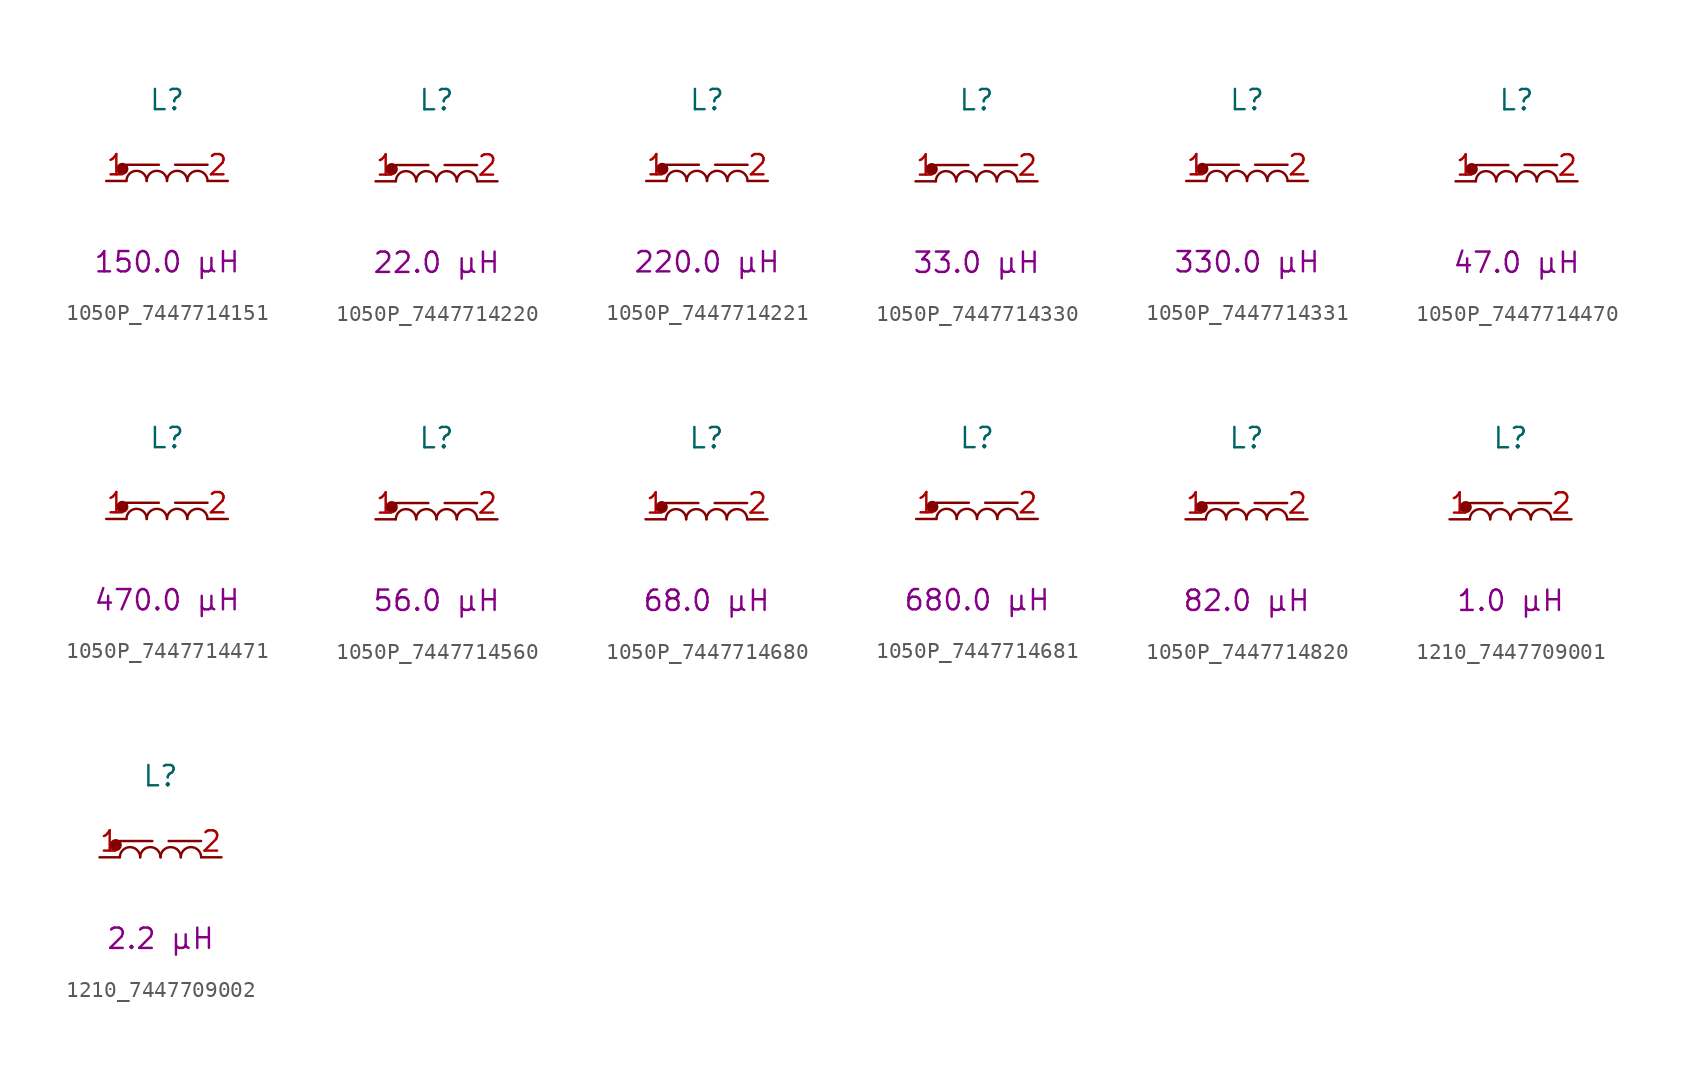
<source format=kicad_sym>
(kicad_symbol_lib
  (version 20220914)
  (generator kicad_symbol_editor)
  (symbol "1050P_7447714151"
    (pin_names hide)
    (property "Reference" "L"
      (at 0 5.08 0)
      (effects (font (size 1.27 1.27))))
    (property "Critical Parameter" "150.0 µH"
      (at 0 -5.08 0)
      (effects (font (size 1.27 1.27))))
    (symbol "1050P_7447714151_0_1"
      (arc (start -1.27 0) (mid -1.905 0.6323) (end -2.54 0) (stroke (width 0) (type default)) (fill (type none)))
      (arc (start 0 0) (mid -0.635 0.6323) (end -1.27 0) (stroke (width 0) (type default)) (fill (type none)))
      (polyline (pts (xy -2.54 1.016) (xy -0.508 1.016)) (stroke (width 0) (type default)) (fill (type none)))
      (arc (start 1.27 0) (mid 0.635 0.6323) (end 0 0) (stroke (width 0) (type default)) (fill (type none)))
      (arc (start 2.54 0) (mid 1.905 0.6323) (end 1.27 0) (stroke (width 0) (type default)) (fill (type none))))
    (symbol "1050P_7447714151_1_1"
      (circle (center -2.794 0.762) (radius 0.0001) (stroke (width 0.381) (type default)) (fill (type none)))
      (polyline (pts (xy 2.54 1.016) (xy 0.508 1.016)) (stroke (width 0) (type default)) (fill (type none)))
      (pin passive line (at -3.81 0 0) (length 1.27) (name "1" (effects (font (size 1.27 1.27)))) (number "1" (effects (font (size 1.27 1.27)))))
      (pin passive line (at 3.81 0 180) (length 1.27) (name "2" (effects (font (size 1.27 1.27)))) (number "2" (effects (font (size 1.27 1.27)))))))
  (symbol "1050P_7447714220"
    (pin_names hide)
    (property "Reference" "L"
      (at 0 5.08 0)
      (effects (font (size 1.27 1.27))))
    (property "Critical Parameter" "22.0 µH"
      (at 0 -5.08 0)
      (effects (font (size 1.27 1.27))))
    (symbol "1050P_7447714220_0_1"
      (arc (start -1.27 0) (mid -1.905 0.6323) (end -2.54 0) (stroke (width 0) (type default)) (fill (type none)))
      (arc (start 0 0) (mid -0.635 0.6323) (end -1.27 0) (stroke (width 0) (type default)) (fill (type none)))
      (polyline (pts (xy -2.54 1.016) (xy -0.508 1.016)) (stroke (width 0) (type default)) (fill (type none)))
      (arc (start 1.27 0) (mid 0.635 0.6323) (end 0 0) (stroke (width 0) (type default)) (fill (type none)))
      (arc (start 2.54 0) (mid 1.905 0.6323) (end 1.27 0) (stroke (width 0) (type default)) (fill (type none))))
    (symbol "1050P_7447714220_1_1"
      (circle (center -2.794 0.762) (radius 0.0001) (stroke (width 0.381) (type default)) (fill (type none)))
      (polyline (pts (xy 2.54 1.016) (xy 0.508 1.016)) (stroke (width 0) (type default)) (fill (type none)))
      (pin passive line (at -3.81 0 0) (length 1.27) (name "1" (effects (font (size 1.27 1.27)))) (number "1" (effects (font (size 1.27 1.27)))))
      (pin passive line (at 3.81 0 180) (length 1.27) (name "2" (effects (font (size 1.27 1.27)))) (number "2" (effects (font (size 1.27 1.27)))))))
  (symbol "1050P_7447714221"
    (pin_names hide)
    (property "Reference" "L"
      (at 0 5.08 0)
      (effects (font (size 1.27 1.27))))
    (property "Critical Parameter" "220.0 µH"
      (at 0 -5.08 0)
      (effects (font (size 1.27 1.27))))
    (symbol "1050P_7447714221_0_1"
      (arc (start -1.27 0) (mid -1.905 0.6323) (end -2.54 0) (stroke (width 0) (type default)) (fill (type none)))
      (arc (start 0 0) (mid -0.635 0.6323) (end -1.27 0) (stroke (width 0) (type default)) (fill (type none)))
      (polyline (pts (xy -2.54 1.016) (xy -0.508 1.016)) (stroke (width 0) (type default)) (fill (type none)))
      (arc (start 1.27 0) (mid 0.635 0.6323) (end 0 0) (stroke (width 0) (type default)) (fill (type none)))
      (arc (start 2.54 0) (mid 1.905 0.6323) (end 1.27 0) (stroke (width 0) (type default)) (fill (type none))))
    (symbol "1050P_7447714221_1_1"
      (circle (center -2.794 0.762) (radius 0.0001) (stroke (width 0.381) (type default)) (fill (type none)))
      (polyline (pts (xy 2.54 1.016) (xy 0.508 1.016)) (stroke (width 0) (type default)) (fill (type none)))
      (pin passive line (at -3.81 0 0) (length 1.27) (name "1" (effects (font (size 1.27 1.27)))) (number "1" (effects (font (size 1.27 1.27)))))
      (pin passive line (at 3.81 0 180) (length 1.27) (name "2" (effects (font (size 1.27 1.27)))) (number "2" (effects (font (size 1.27 1.27)))))))
  (symbol "1050P_7447714330"
    (pin_names hide)
    (property "Reference" "L"
      (at 0 5.08 0)
      (effects (font (size 1.27 1.27))))
    (property "Critical Parameter" "33.0 µH"
      (at 0 -5.08 0)
      (effects (font (size 1.27 1.27))))
    (symbol "1050P_7447714330_0_1"
      (arc (start -1.27 0) (mid -1.905 0.6323) (end -2.54 0) (stroke (width 0) (type default)) (fill (type none)))
      (arc (start 0 0) (mid -0.635 0.6323) (end -1.27 0) (stroke (width 0) (type default)) (fill (type none)))
      (polyline (pts (xy -2.54 1.016) (xy -0.508 1.016)) (stroke (width 0) (type default)) (fill (type none)))
      (arc (start 1.27 0) (mid 0.635 0.6323) (end 0 0) (stroke (width 0) (type default)) (fill (type none)))
      (arc (start 2.54 0) (mid 1.905 0.6323) (end 1.27 0) (stroke (width 0) (type default)) (fill (type none))))
    (symbol "1050P_7447714330_1_1"
      (circle (center -2.794 0.762) (radius 0.0001) (stroke (width 0.381) (type default)) (fill (type none)))
      (polyline (pts (xy 2.54 1.016) (xy 0.508 1.016)) (stroke (width 0) (type default)) (fill (type none)))
      (pin passive line (at -3.81 0 0) (length 1.27) (name "1" (effects (font (size 1.27 1.27)))) (number "1" (effects (font (size 1.27 1.27)))))
      (pin passive line (at 3.81 0 180) (length 1.27) (name "2" (effects (font (size 1.27 1.27)))) (number "2" (effects (font (size 1.27 1.27)))))))
  (symbol "1050P_7447714331"
    (pin_names hide)
    (property "Reference" "L"
      (at 0 5.08 0)
      (effects (font (size 1.27 1.27))))
    (property "Critical Parameter" "330.0 µH"
      (at 0 -5.08 0)
      (effects (font (size 1.27 1.27))))
    (symbol "1050P_7447714331_0_1"
      (arc (start -1.27 0) (mid -1.905 0.6323) (end -2.54 0) (stroke (width 0) (type default)) (fill (type none)))
      (arc (start 0 0) (mid -0.635 0.6323) (end -1.27 0) (stroke (width 0) (type default)) (fill (type none)))
      (polyline (pts (xy -2.54 1.016) (xy -0.508 1.016)) (stroke (width 0) (type default)) (fill (type none)))
      (arc (start 1.27 0) (mid 0.635 0.6323) (end 0 0) (stroke (width 0) (type default)) (fill (type none)))
      (arc (start 2.54 0) (mid 1.905 0.6323) (end 1.27 0) (stroke (width 0) (type default)) (fill (type none))))
    (symbol "1050P_7447714331_1_1"
      (circle (center -2.794 0.762) (radius 0.0001) (stroke (width 0.381) (type default)) (fill (type none)))
      (polyline (pts (xy 2.54 1.016) (xy 0.508 1.016)) (stroke (width 0) (type default)) (fill (type none)))
      (pin passive line (at -3.81 0 0) (length 1.27) (name "1" (effects (font (size 1.27 1.27)))) (number "1" (effects (font (size 1.27 1.27)))))
      (pin passive line (at 3.81 0 180) (length 1.27) (name "2" (effects (font (size 1.27 1.27)))) (number "2" (effects (font (size 1.27 1.27)))))))
  (symbol "1050P_7447714470"
    (pin_names hide)
    (property "Reference" "L"
      (at 0 5.08 0)
      (effects (font (size 1.27 1.27))))
    (property "Critical Parameter" "47.0 µH"
      (at 0 -5.08 0)
      (effects (font (size 1.27 1.27))))
    (symbol "1050P_7447714470_0_1"
      (arc (start -1.27 0) (mid -1.905 0.6323) (end -2.54 0) (stroke (width 0) (type default)) (fill (type none)))
      (arc (start 0 0) (mid -0.635 0.6323) (end -1.27 0) (stroke (width 0) (type default)) (fill (type none)))
      (polyline (pts (xy -2.54 1.016) (xy -0.508 1.016)) (stroke (width 0) (type default)) (fill (type none)))
      (arc (start 1.27 0) (mid 0.635 0.6323) (end 0 0) (stroke (width 0) (type default)) (fill (type none)))
      (arc (start 2.54 0) (mid 1.905 0.6323) (end 1.27 0) (stroke (width 0) (type default)) (fill (type none))))
    (symbol "1050P_7447714470_1_1"
      (circle (center -2.794 0.762) (radius 0.0001) (stroke (width 0.381) (type default)) (fill (type none)))
      (polyline (pts (xy 2.54 1.016) (xy 0.508 1.016)) (stroke (width 0) (type default)) (fill (type none)))
      (pin passive line (at -3.81 0 0) (length 1.27) (name "1" (effects (font (size 1.27 1.27)))) (number "1" (effects (font (size 1.27 1.27)))))
      (pin passive line (at 3.81 0 180) (length 1.27) (name "2" (effects (font (size 1.27 1.27)))) (number "2" (effects (font (size 1.27 1.27)))))))
  (symbol "1050P_7447714471"
    (pin_names hide)
    (property "Reference" "L"
      (at 0 5.08 0)
      (effects (font (size 1.27 1.27))))
    (property "Critical Parameter" "470.0 µH"
      (at 0 -5.08 0)
      (effects (font (size 1.27 1.27))))
    (symbol "1050P_7447714471_0_1"
      (arc (start -1.27 0) (mid -1.905 0.6323) (end -2.54 0) (stroke (width 0) (type default)) (fill (type none)))
      (arc (start 0 0) (mid -0.635 0.6323) (end -1.27 0) (stroke (width 0) (type default)) (fill (type none)))
      (polyline (pts (xy -2.54 1.016) (xy -0.508 1.016)) (stroke (width 0) (type default)) (fill (type none)))
      (arc (start 1.27 0) (mid 0.635 0.6323) (end 0 0) (stroke (width 0) (type default)) (fill (type none)))
      (arc (start 2.54 0) (mid 1.905 0.6323) (end 1.27 0) (stroke (width 0) (type default)) (fill (type none))))
    (symbol "1050P_7447714471_1_1"
      (circle (center -2.794 0.762) (radius 0.0001) (stroke (width 0.381) (type default)) (fill (type none)))
      (polyline (pts (xy 2.54 1.016) (xy 0.508 1.016)) (stroke (width 0) (type default)) (fill (type none)))
      (pin passive line (at -3.81 0 0) (length 1.27) (name "1" (effects (font (size 1.27 1.27)))) (number "1" (effects (font (size 1.27 1.27)))))
      (pin passive line (at 3.81 0 180) (length 1.27) (name "2" (effects (font (size 1.27 1.27)))) (number "2" (effects (font (size 1.27 1.27)))))))
  (symbol "1050P_7447714560"
    (pin_names hide)
    (property "Reference" "L"
      (at 0 5.08 0)
      (effects (font (size 1.27 1.27))))
    (property "Critical Parameter" "56.0 µH"
      (at 0 -5.08 0)
      (effects (font (size 1.27 1.27))))
    (symbol "1050P_7447714560_0_1"
      (arc (start -1.27 0) (mid -1.905 0.6323) (end -2.54 0) (stroke (width 0) (type default)) (fill (type none)))
      (arc (start 0 0) (mid -0.635 0.6323) (end -1.27 0) (stroke (width 0) (type default)) (fill (type none)))
      (polyline (pts (xy -2.54 1.016) (xy -0.508 1.016)) (stroke (width 0) (type default)) (fill (type none)))
      (arc (start 1.27 0) (mid 0.635 0.6323) (end 0 0) (stroke (width 0) (type default)) (fill (type none)))
      (arc (start 2.54 0) (mid 1.905 0.6323) (end 1.27 0) (stroke (width 0) (type default)) (fill (type none))))
    (symbol "1050P_7447714560_1_1"
      (circle (center -2.794 0.762) (radius 0.0001) (stroke (width 0.381) (type default)) (fill (type none)))
      (polyline (pts (xy 2.54 1.016) (xy 0.508 1.016)) (stroke (width 0) (type default)) (fill (type none)))
      (pin passive line (at -3.81 0 0) (length 1.27) (name "1" (effects (font (size 1.27 1.27)))) (number "1" (effects (font (size 1.27 1.27)))))
      (pin passive line (at 3.81 0 180) (length 1.27) (name "2" (effects (font (size 1.27 1.27)))) (number "2" (effects (font (size 1.27 1.27)))))))
  (symbol "1050P_7447714680"
    (pin_names hide)
    (property "Reference" "L"
      (at 0 5.08 0)
      (effects (font (size 1.27 1.27))))
    (property "Critical Parameter" "68.0 µH"
      (at 0 -5.08 0)
      (effects (font (size 1.27 1.27))))
    (symbol "1050P_7447714680_0_1"
      (arc (start -1.27 0) (mid -1.905 0.6323) (end -2.54 0) (stroke (width 0) (type default)) (fill (type none)))
      (arc (start 0 0) (mid -0.635 0.6323) (end -1.27 0) (stroke (width 0) (type default)) (fill (type none)))
      (polyline (pts (xy -2.54 1.016) (xy -0.508 1.016)) (stroke (width 0) (type default)) (fill (type none)))
      (arc (start 1.27 0) (mid 0.635 0.6323) (end 0 0) (stroke (width 0) (type default)) (fill (type none)))
      (arc (start 2.54 0) (mid 1.905 0.6323) (end 1.27 0) (stroke (width 0) (type default)) (fill (type none))))
    (symbol "1050P_7447714680_1_1"
      (circle (center -2.794 0.762) (radius 0.0001) (stroke (width 0.381) (type default)) (fill (type none)))
      (polyline (pts (xy 2.54 1.016) (xy 0.508 1.016)) (stroke (width 0) (type default)) (fill (type none)))
      (pin passive line (at -3.81 0 0) (length 1.27) (name "1" (effects (font (size 1.27 1.27)))) (number "1" (effects (font (size 1.27 1.27)))))
      (pin passive line (at 3.81 0 180) (length 1.27) (name "2" (effects (font (size 1.27 1.27)))) (number "2" (effects (font (size 1.27 1.27)))))))
  (symbol "1050P_7447714681"
    (pin_names hide)
    (property "Reference" "L"
      (at 0 5.08 0)
      (effects (font (size 1.27 1.27))))
    (property "Critical Parameter" "680.0 µH"
      (at 0 -5.08 0)
      (effects (font (size 1.27 1.27))))
    (symbol "1050P_7447714681_0_1"
      (arc (start -1.27 0) (mid -1.905 0.6323) (end -2.54 0) (stroke (width 0) (type default)) (fill (type none)))
      (arc (start 0 0) (mid -0.635 0.6323) (end -1.27 0) (stroke (width 0) (type default)) (fill (type none)))
      (polyline (pts (xy -2.54 1.016) (xy -0.508 1.016)) (stroke (width 0) (type default)) (fill (type none)))
      (arc (start 1.27 0) (mid 0.635 0.6323) (end 0 0) (stroke (width 0) (type default)) (fill (type none)))
      (arc (start 2.54 0) (mid 1.905 0.6323) (end 1.27 0) (stroke (width 0) (type default)) (fill (type none))))
    (symbol "1050P_7447714681_1_1"
      (circle (center -2.794 0.762) (radius 0.0001) (stroke (width 0.381) (type default)) (fill (type none)))
      (polyline (pts (xy 2.54 1.016) (xy 0.508 1.016)) (stroke (width 0) (type default)) (fill (type none)))
      (pin passive line (at -3.81 0 0) (length 1.27) (name "1" (effects (font (size 1.27 1.27)))) (number "1" (effects (font (size 1.27 1.27)))))
      (pin passive line (at 3.81 0 180) (length 1.27) (name "2" (effects (font (size 1.27 1.27)))) (number "2" (effects (font (size 1.27 1.27)))))))
  (symbol "1050P_7447714820"
    (pin_names hide)
    (property "Reference" "L"
      (at 0 5.08 0)
      (effects (font (size 1.27 1.27))))
    (property "Critical Parameter" "82.0 µH"
      (at 0 -5.08 0)
      (effects (font (size 1.27 1.27))))
    (symbol "1050P_7447714820_0_1"
      (arc (start -1.27 0) (mid -1.905 0.6323) (end -2.54 0) (stroke (width 0) (type default)) (fill (type none)))
      (arc (start 0 0) (mid -0.635 0.6323) (end -1.27 0) (stroke (width 0) (type default)) (fill (type none)))
      (polyline (pts (xy -2.54 1.016) (xy -0.508 1.016)) (stroke (width 0) (type default)) (fill (type none)))
      (arc (start 1.27 0) (mid 0.635 0.6323) (end 0 0) (stroke (width 0) (type default)) (fill (type none)))
      (arc (start 2.54 0) (mid 1.905 0.6323) (end 1.27 0) (stroke (width 0) (type default)) (fill (type none))))
    (symbol "1050P_7447714820_1_1"
      (circle (center -2.794 0.762) (radius 0.0001) (stroke (width 0.381) (type default)) (fill (type none)))
      (polyline (pts (xy 2.54 1.016) (xy 0.508 1.016)) (stroke (width 0) (type default)) (fill (type none)))
      (pin passive line (at -3.81 0 0) (length 1.27) (name "1" (effects (font (size 1.27 1.27)))) (number "1" (effects (font (size 1.27 1.27)))))
      (pin passive line (at 3.81 0 180) (length 1.27) (name "2" (effects (font (size 1.27 1.27)))) (number "2" (effects (font (size 1.27 1.27)))))))
  (symbol "1210_7447709001"
    (pin_names hide)
    (property "Reference" "L"
      (at 0 5.08 0)
      (effects (font (size 1.27 1.27))))
    (property "Critical Parameter" "1.0 µH"
      (at 0 -5.08 0)
      (effects (font (size 1.27 1.27))))
    (symbol "1210_7447709001_0_1"
      (arc (start -1.27 0) (mid -1.905 0.6323) (end -2.54 0) (stroke (width 0) (type default)) (fill (type none)))
      (arc (start 0 0) (mid -0.635 0.6323) (end -1.27 0) (stroke (width 0) (type default)) (fill (type none)))
      (polyline (pts (xy -2.54 1.016) (xy -0.508 1.016)) (stroke (width 0) (type default)) (fill (type none)))
      (arc (start 1.27 0) (mid 0.635 0.6323) (end 0 0) (stroke (width 0) (type default)) (fill (type none)))
      (arc (start 2.54 0) (mid 1.905 0.6323) (end 1.27 0) (stroke (width 0) (type default)) (fill (type none))))
    (symbol "1210_7447709001_1_1"
      (circle (center -2.794 0.762) (radius 0.0001) (stroke (width 0.381) (type default)) (fill (type none)))
      (polyline (pts (xy 2.54 1.016) (xy 0.508 1.016)) (stroke (width 0) (type default)) (fill (type none)))
      (pin passive line (at -3.81 0 0) (length 1.27) (name "1" (effects (font (size 1.27 1.27)))) (number "1" (effects (font (size 1.27 1.27)))))
      (pin passive line (at 3.81 0 180) (length 1.27) (name "2" (effects (font (size 1.27 1.27)))) (number "2" (effects (font (size 1.27 1.27)))))))
  (symbol "1210_7447709002"
    (pin_names hide)
    (property "Reference" "L"
      (at 0 5.08 0)
      (effects (font (size 1.27 1.27))))
    (property "Critical Parameter" "2.2 µH"
      (at 0 -5.08 0)
      (effects (font (size 1.27 1.27))))
    (symbol "1210_7447709002_0_1"
      (arc (start -1.27 0) (mid -1.905 0.6323) (end -2.54 0) (stroke (width 0) (type default)) (fill (type none)))
      (arc (start 0 0) (mid -0.635 0.6323) (end -1.27 0) (stroke (width 0) (type default)) (fill (type none)))
      (polyline (pts (xy -2.54 1.016) (xy -0.508 1.016)) (stroke (width 0) (type default)) (fill (type none)))
      (arc (start 1.27 0) (mid 0.635 0.6323) (end 0 0) (stroke (width 0) (type default)) (fill (type none)))
      (arc (start 2.54 0) (mid 1.905 0.6323) (end 1.27 0) (stroke (width 0) (type default)) (fill (type none))))
    (symbol "1210_7447709002_1_1"
      (circle (center -2.794 0.762) (radius 0.0001) (stroke (width 0.381) (type default)) (fill (type none)))
      (polyline (pts (xy 2.54 1.016) (xy 0.508 1.016)) (stroke (width 0) (type default)) (fill (type none)))
      (pin passive line (at -3.81 0 0) (length 1.27) (name "1" (effects (font (size 1.27 1.27)))) (number "1" (effects (font (size 1.27 1.27)))))
      (pin passive line (at 3.81 0 180) (length 1.27) (name "2" (effects (font (size 1.27 1.27)))) (number "2" (effects (font (size 1.27 1.27))))))))
</source>
